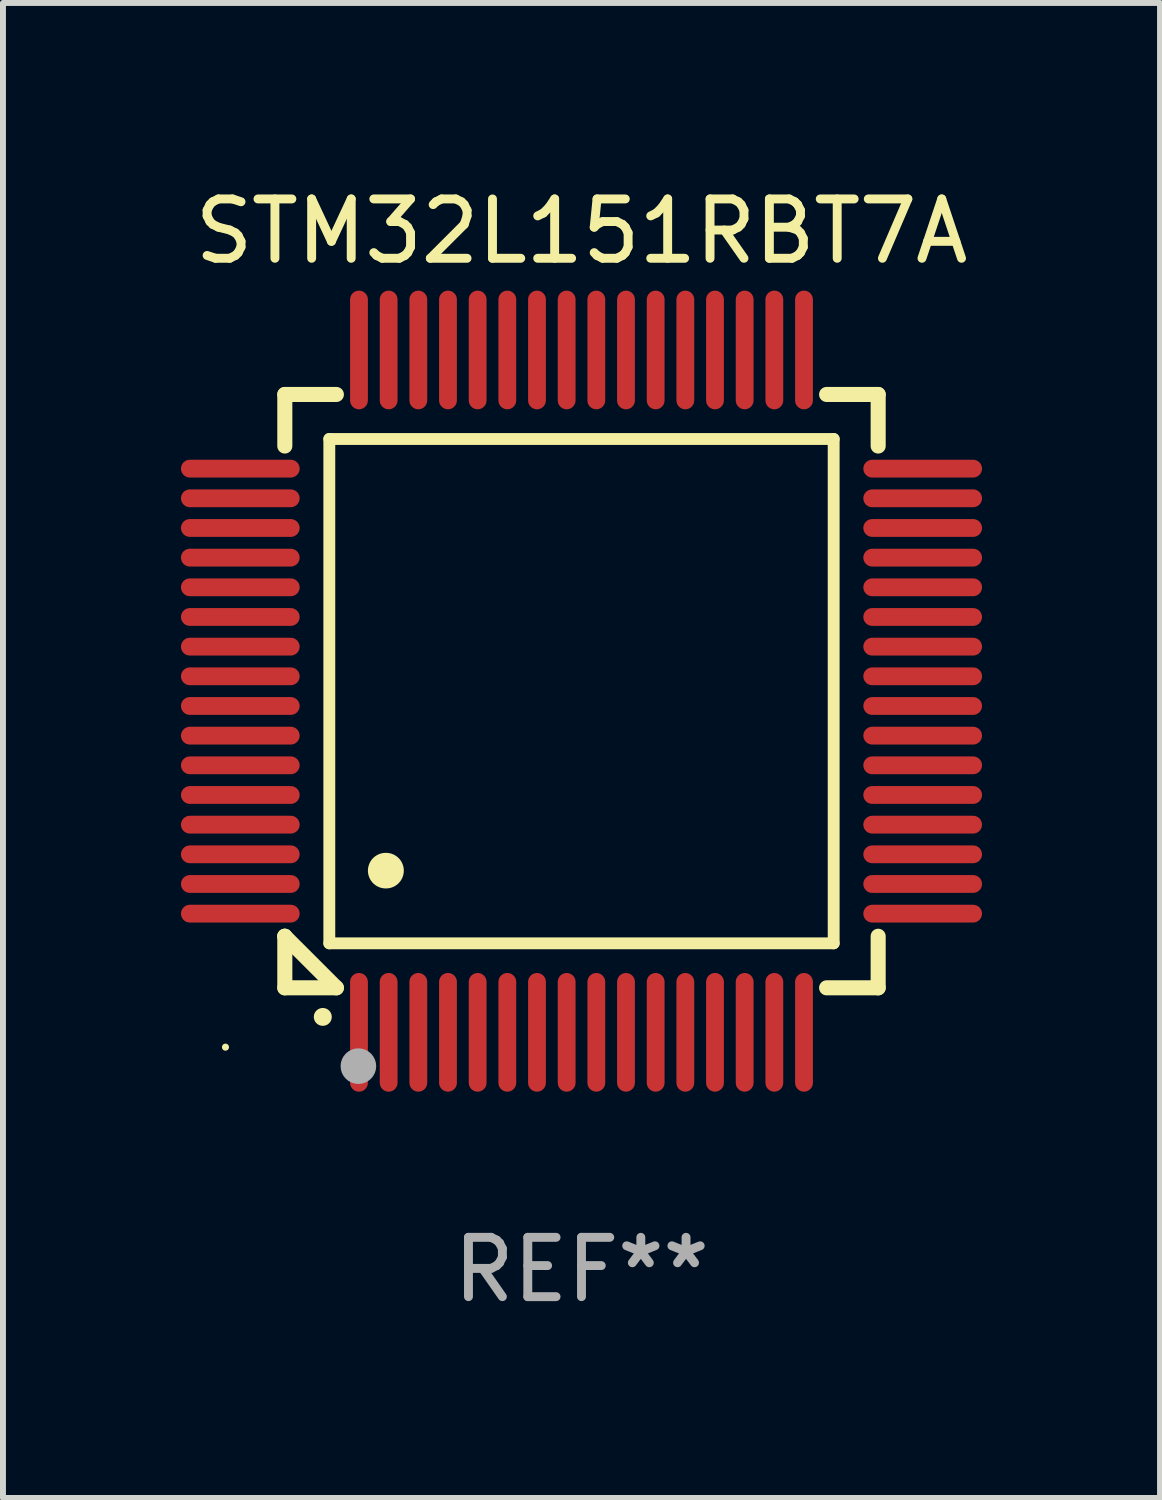
<source format=kicad_pcb>
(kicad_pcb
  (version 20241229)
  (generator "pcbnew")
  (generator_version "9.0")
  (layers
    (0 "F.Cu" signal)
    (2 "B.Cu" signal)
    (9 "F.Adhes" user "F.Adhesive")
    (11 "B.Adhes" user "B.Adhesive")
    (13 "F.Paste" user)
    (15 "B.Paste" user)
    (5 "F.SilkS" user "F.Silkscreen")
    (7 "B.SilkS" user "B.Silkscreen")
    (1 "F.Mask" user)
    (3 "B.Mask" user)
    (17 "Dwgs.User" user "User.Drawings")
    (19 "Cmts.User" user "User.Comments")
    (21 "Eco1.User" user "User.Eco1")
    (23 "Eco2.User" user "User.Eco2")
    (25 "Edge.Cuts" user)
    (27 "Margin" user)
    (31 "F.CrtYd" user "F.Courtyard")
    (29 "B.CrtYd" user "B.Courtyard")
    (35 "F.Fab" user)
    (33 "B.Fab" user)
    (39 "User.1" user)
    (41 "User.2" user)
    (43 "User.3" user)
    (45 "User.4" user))
  (footprint "STM32L151RBT7A"
    (layer "F.Cu")
    (at 6.75 8.598)
    (property "Reference" "STM32L151RBT7A" (at 0 -7.75 0) (layer "F.SilkS") (effects (font (size 1 1) (thickness 0.15))))
    (attr through_hole)
    (fp_line (start -5 -5) (end -4.131 -5) (stroke (width 0.254) (type solid)) (layer "F.SilkS"))
    (fp_line (start -5 -4.131) (end -5 -5) (stroke (width 0.254) (type solid)) (layer "F.SilkS"))
    (fp_line (start -5 4.131) (end -5 4.131) (stroke (width 0.254) (type solid)) (layer "F.SilkS"))
    (fp_line (start -5 5) (end -5 4.131) (stroke (width 0.254) (type solid)) (layer "F.SilkS"))
    (fp_line (start -5 4.131) (end -4.131 5) (stroke (width 0.254) (type solid)) (layer "F.SilkS"))
    (fp_line (start -4.25 -4.25) (end -4.25 4.25) (stroke (width 0.2) (type solid)) (layer "F.SilkS"))
    (fp_line (start -4.25 4.25) (end 4.25 4.25) (stroke (width 0.2) (type solid)) (layer "F.SilkS"))
    (fp_line (start -4.131 5) (end -5 5) (stroke (width 0.254) (type solid)) (layer "F.SilkS"))
    (fp_line (start 4.25 -4.25) (end -4.25 -4.25) (stroke (width 0.2) (type solid)) (layer "F.SilkS"))
    (fp_line (start 4.25 4.25) (end 4.25 -4.25) (stroke (width 0.2) (type solid)) (layer "F.SilkS"))
    (fp_line (start 5 -5) (end 4.131 -5) (stroke (width 0.254) (type solid)) (layer "F.SilkS"))
    (fp_line (start 5 -5) (end 5 -4.131) (stroke (width 0.254) (type solid)) (layer "F.SilkS"))
    (fp_line (start 5 4.131) (end 5 5) (stroke (width 0.254) (type solid)) (layer "F.SilkS"))
    (fp_line (start 5 5) (end 4.131 5) (stroke (width 0.254) (type solid)) (layer "F.SilkS"))
    (fp_arc (start -4.361265 5.489992) (mid -4.359995 5.489987) (end -4.358725 5.489992) (stroke (width 0.3) (type solid)) (layer "F.SilkS"))
    (fp_arc (start -3.299467 3.025146) (mid -3.296927 3.025135) (end -3.294387 3.025146) (stroke (width 0.6) (type solid)) (layer "F.SilkS"))
    (fp_circle (center -6 6) (end -5.97 6) (stroke (width 0.06) (type solid)) (fill no) (layer "F.SilkS"))
    (fp_circle (center -3.76 6.32) (end -3.61 6.32) (stroke (width 0.3) (type solid)) (fill no) (layer "F.Fab"))
    (fp_text user "REF**" (at 0 9.75 0) (layer "F.Fab") (effects (font (size 1 1) (thickness 0.15))))
    (pad "1" smd oval (at -3.75 5.75) (size 0.3 2) (layers "F.Cu" "F.Mask" "F.Paste"))
    (pad "2" smd oval (at -3.25 5.75) (size 0.3 2) (layers "F.Cu" "F.Mask" "F.Paste"))
    (pad "3" smd oval (at -2.75 5.75) (size 0.3 2) (layers "F.Cu" "F.Mask" "F.Paste"))
    (pad "4" smd oval (at -2.25 5.75) (size 0.3 2) (layers "F.Cu" "F.Mask" "F.Paste"))
    (pad "5" smd oval (at -1.75 5.75) (size 0.3 2) (layers "F.Cu" "F.Mask" "F.Paste"))
    (pad "6" smd oval (at -1.25 5.75) (size 0.3 2) (layers "F.Cu" "F.Mask" "F.Paste"))
    (pad "7" smd oval (at -0.75 5.75) (size 0.3 2) (layers "F.Cu" "F.Mask" "F.Paste"))
    (pad "8" smd oval (at -0.25 5.75) (size 0.3 2) (layers "F.Cu" "F.Mask" "F.Paste"))
    (pad "9" smd oval (at 0.25 5.75) (size 0.3 2) (layers "F.Cu" "F.Mask" "F.Paste"))
    (pad "10" smd oval (at 0.75 5.75) (size 0.3 2) (layers "F.Cu" "F.Mask" "F.Paste"))
    (pad "11" smd oval (at 1.25 5.75) (size 0.3 2) (layers "F.Cu" "F.Mask" "F.Paste"))
    (pad "12" smd oval (at 1.75 5.75) (size 0.3 2) (layers "F.Cu" "F.Mask" "F.Paste"))
    (pad "13" smd oval (at 2.25 5.75) (size 0.3 2) (layers "F.Cu" "F.Mask" "F.Paste"))
    (pad "14" smd oval (at 2.75 5.75) (size 0.3 2) (layers "F.Cu" "F.Mask" "F.Paste"))
    (pad "15" smd oval (at 3.25 5.75) (size 0.3 2) (layers "F.Cu" "F.Mask" "F.Paste"))
    (pad "16" smd oval (at 3.75 5.75) (size 0.3 2) (layers "F.Cu" "F.Mask" "F.Paste"))
    (pad "17" smd oval (at 5.75 3.75) (size 2 0.3) (layers "F.Cu" "F.Mask" "F.Paste"))
    (pad "18" smd oval (at 5.75 3.25) (size 2 0.3) (layers "F.Cu" "F.Mask" "F.Paste"))
    (pad "19" smd oval (at 5.75 2.75) (size 2 0.3) (layers "F.Cu" "F.Mask" "F.Paste"))
    (pad "20" smd oval (at 5.75 2.25) (size 2 0.3) (layers "F.Cu" "F.Mask" "F.Paste"))
    (pad "21" smd oval (at 5.75 1.75) (size 2 0.3) (layers "F.Cu" "F.Mask" "F.Paste"))
    (pad "22" smd oval (at 5.75 1.25) (size 2 0.3) (layers "F.Cu" "F.Mask" "F.Paste"))
    (pad "23" smd oval (at 5.75 0.75) (size 2 0.3) (layers "F.Cu" "F.Mask" "F.Paste"))
    (pad "24" smd oval (at 5.75 0.25) (size 2 0.3) (layers "F.Cu" "F.Mask" "F.Paste"))
    (pad "25" smd oval (at 5.75 -0.25) (size 2 0.3) (layers "F.Cu" "F.Mask" "F.Paste"))
    (pad "26" smd oval (at 5.75 -0.75) (size 2 0.3) (layers "F.Cu" "F.Mask" "F.Paste"))
    (pad "27" smd oval (at 5.75 -1.25) (size 2 0.3) (layers "F.Cu" "F.Mask" "F.Paste"))
    (pad "28" smd oval (at 5.75 -1.75) (size 2 0.3) (layers "F.Cu" "F.Mask" "F.Paste"))
    (pad "29" smd oval (at 5.75 -2.25) (size 2 0.3) (layers "F.Cu" "F.Mask" "F.Paste"))
    (pad "30" smd oval (at 5.75 -2.75) (size 2 0.3) (layers "F.Cu" "F.Mask" "F.Paste"))
    (pad "31" smd oval (at 5.75 -3.25) (size 2 0.3) (layers "F.Cu" "F.Mask" "F.Paste"))
    (pad "32" smd oval (at 5.75 -3.75) (size 2 0.3) (layers "F.Cu" "F.Mask" "F.Paste"))
    (pad "33" smd oval (at 3.75 -5.75) (size 0.3 2) (layers "F.Cu" "F.Mask" "F.Paste"))
    (pad "34" smd oval (at 3.25 -5.75) (size 0.3 2) (layers "F.Cu" "F.Mask" "F.Paste"))
    (pad "35" smd oval (at 2.75 -5.75) (size 0.3 2) (layers "F.Cu" "F.Mask" "F.Paste"))
    (pad "36" smd oval (at 2.25 -5.75) (size 0.3 2) (layers "F.Cu" "F.Mask" "F.Paste"))
    (pad "37" smd oval (at 1.75 -5.75) (size 0.3 2) (layers "F.Cu" "F.Mask" "F.Paste"))
    (pad "38" smd oval (at 1.25 -5.75) (size 0.3 2) (layers "F.Cu" "F.Mask" "F.Paste"))
    (pad "39" smd oval (at 0.75 -5.75) (size 0.3 2) (layers "F.Cu" "F.Mask" "F.Paste"))
    (pad "40" smd oval (at 0.25 -5.75) (size 0.3 2) (layers "F.Cu" "F.Mask" "F.Paste"))
    (pad "41" smd oval (at -0.25 -5.75) (size 0.3 2) (layers "F.Cu" "F.Mask" "F.Paste"))
    (pad "42" smd oval (at -0.75 -5.75) (size 0.3 2) (layers "F.Cu" "F.Mask" "F.Paste"))
    (pad "43" smd oval (at -1.25 -5.75) (size 0.3 2) (layers "F.Cu" "F.Mask" "F.Paste"))
    (pad "44" smd oval (at -1.75 -5.75) (size 0.3 2) (layers "F.Cu" "F.Mask" "F.Paste"))
    (pad "45" smd oval (at -2.25 -5.75) (size 0.3 2) (layers "F.Cu" "F.Mask" "F.Paste"))
    (pad "46" smd oval (at -2.75 -5.75) (size 0.3 2) (layers "F.Cu" "F.Mask" "F.Paste"))
    (pad "47" smd oval (at -3.25 -5.75) (size 0.3 2) (layers "F.Cu" "F.Mask" "F.Paste"))
    (pad "48" smd oval (at -3.75 -5.75) (size 0.3 2) (layers "F.Cu" "F.Mask" "F.Paste"))
    (pad "49" smd oval (at -5.75 -3.75) (size 2 0.3) (layers "F.Cu" "F.Mask" "F.Paste"))
    (pad "50" smd oval (at -5.75 -3.25) (size 2 0.3) (layers "F.Cu" "F.Mask" "F.Paste"))
    (pad "51" smd oval (at -5.75 -2.75) (size 2 0.3) (layers "F.Cu" "F.Mask" "F.Paste"))
    (pad "52" smd oval (at -5.75 -2.25) (size 2 0.3) (layers "F.Cu" "F.Mask" "F.Paste"))
    (pad "53" smd oval (at -5.75 -1.75) (size 2 0.3) (layers "F.Cu" "F.Mask" "F.Paste"))
    (pad "54" smd oval (at -5.75 -1.25) (size 2 0.3) (layers "F.Cu" "F.Mask" "F.Paste"))
    (pad "55" smd oval (at -5.75 -0.75) (size 2 0.3) (layers "F.Cu" "F.Mask" "F.Paste"))
    (pad "56" smd oval (at -5.75 -0.25) (size 2 0.3) (layers "F.Cu" "F.Mask" "F.Paste"))
    (pad "57" smd oval (at -5.75 0.25) (size 2 0.3) (layers "F.Cu" "F.Mask" "F.Paste"))
    (pad "58" smd oval (at -5.75 0.75) (size 2 0.3) (layers "F.Cu" "F.Mask" "F.Paste"))
    (pad "59" smd oval (at -5.75 1.25) (size 2 0.3) (layers "F.Cu" "F.Mask" "F.Paste"))
    (pad "60" smd oval (at -5.75 1.75) (size 2 0.3) (layers "F.Cu" "F.Mask" "F.Paste"))
    (pad "61" smd oval (at -5.75 2.25) (size 2 0.3) (layers "F.Cu" "F.Mask" "F.Paste"))
    (pad "62" smd oval (at -5.75 2.75) (size 2 0.3) (layers "F.Cu" "F.Mask" "F.Paste"))
    (pad "63" smd oval (at -5.75 3.25) (size 2 0.3) (layers "F.Cu" "F.Mask" "F.Paste"))
    (pad "64" smd oval (at -5.75 3.75) (size 2 0.3) (layers "F.Cu" "F.Mask" "F.Paste")))
  (gr_rect
    (start -3 -3)
    (end 16.5 22.196)
    (stroke (width 0.1) (type default))
    (fill no)
    (layer "Edge.Cuts")))
</source>
